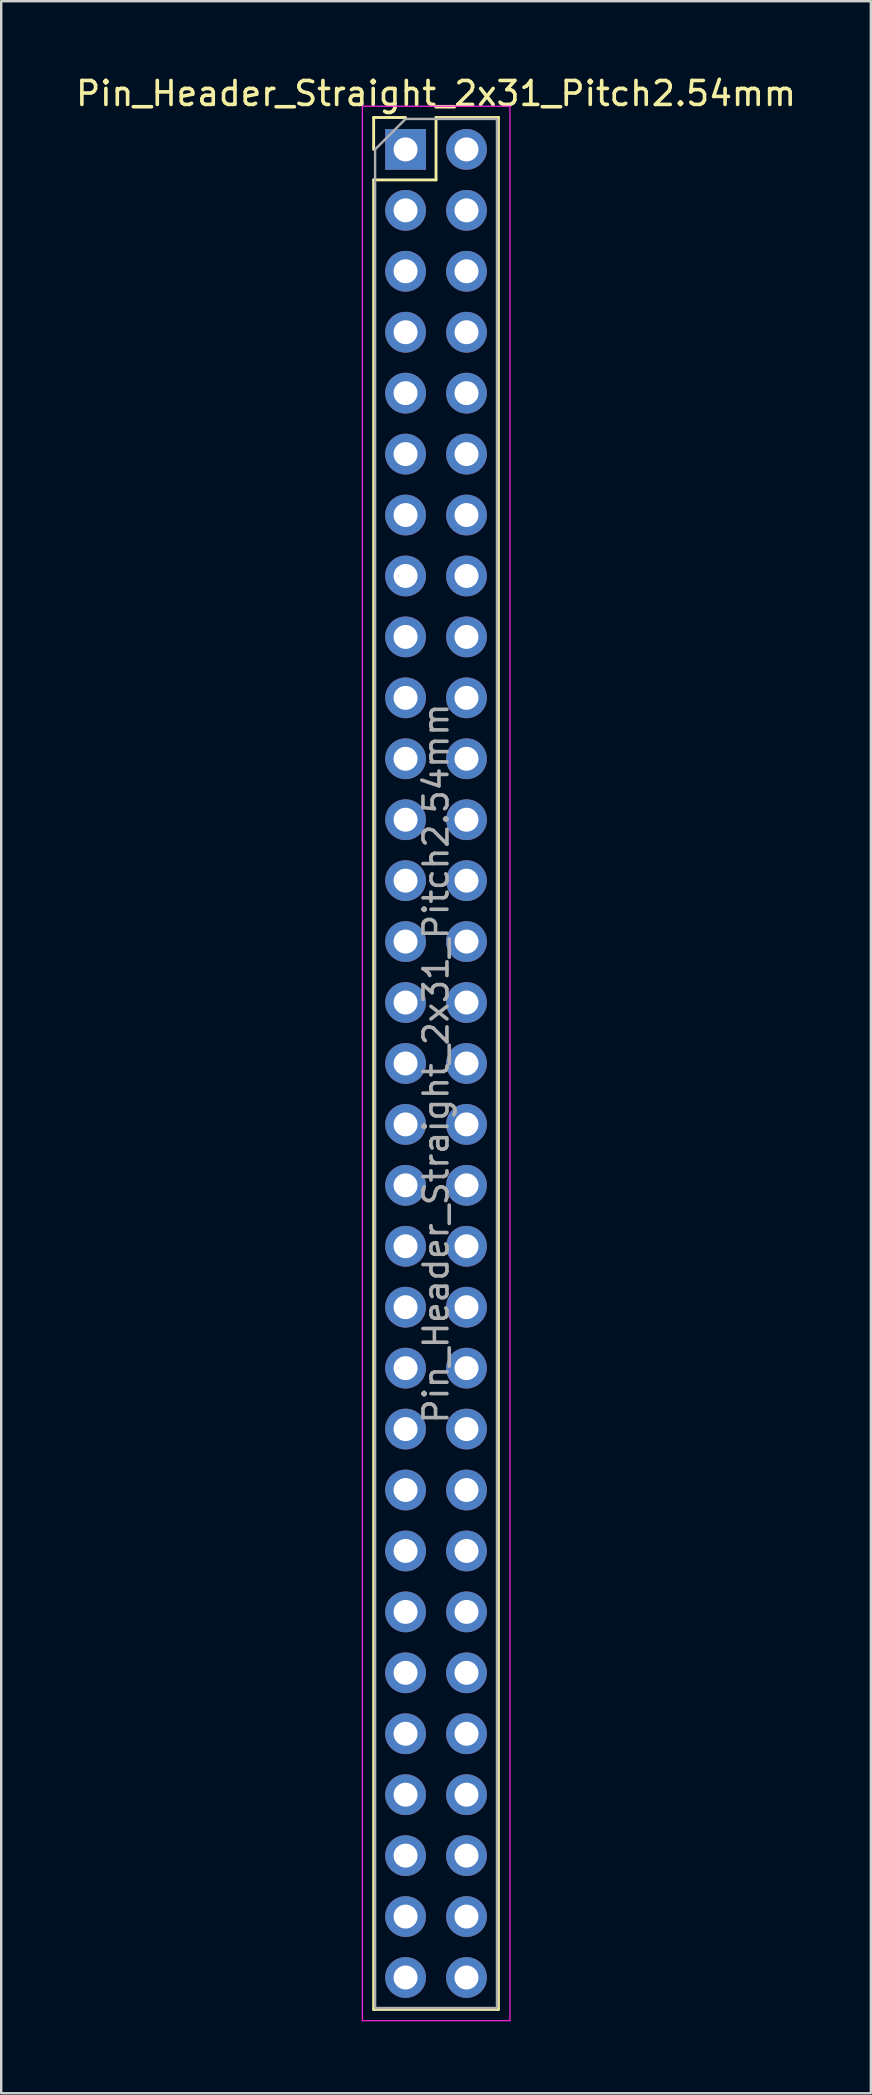
<source format=kicad_pcb>
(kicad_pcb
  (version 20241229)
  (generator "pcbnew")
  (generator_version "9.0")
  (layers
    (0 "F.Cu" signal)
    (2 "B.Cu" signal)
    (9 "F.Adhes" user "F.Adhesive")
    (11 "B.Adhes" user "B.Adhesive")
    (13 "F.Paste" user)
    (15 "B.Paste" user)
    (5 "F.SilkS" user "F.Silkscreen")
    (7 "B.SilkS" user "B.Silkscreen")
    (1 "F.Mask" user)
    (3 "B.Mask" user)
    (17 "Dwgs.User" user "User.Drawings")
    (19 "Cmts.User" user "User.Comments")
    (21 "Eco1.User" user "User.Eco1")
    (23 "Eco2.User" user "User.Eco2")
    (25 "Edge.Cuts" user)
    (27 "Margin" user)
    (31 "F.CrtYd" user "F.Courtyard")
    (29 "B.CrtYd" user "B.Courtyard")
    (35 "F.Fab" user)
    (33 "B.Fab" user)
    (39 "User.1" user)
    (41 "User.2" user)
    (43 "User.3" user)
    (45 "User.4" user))
  (footprint "Pin_Header_Straight_2x31_Pitch2.54mm"
    (layer "F.Cu")
    (at 13.855 3.178)
    (property "Reference" "Pin_Header_Straight_2x31_Pitch2.54mm" (at 1.27 -2.33 0) (layer "F.SilkS") (effects (font (size 1 1) (thickness 0.15))))
    (attr through_hole)
    (fp_line (start -1.33 -1.33) (end 0 -1.33) (stroke (width 0.12) (type solid)) (layer "F.SilkS"))
    (fp_line (start -1.33 0) (end -1.33 -1.33) (stroke (width 0.12) (type solid)) (layer "F.SilkS"))
    (fp_line (start -1.33 1.27) (end -1.33 77.53) (stroke (width 0.12) (type solid)) (layer "F.SilkS"))
    (fp_line (start -1.33 1.27) (end 1.27 1.27) (stroke (width 0.12) (type solid)) (layer "F.SilkS"))
    (fp_line (start -1.33 77.53) (end 3.87 77.53) (stroke (width 0.12) (type solid)) (layer "F.SilkS"))
    (fp_line (start 1.27 -1.33) (end 3.87 -1.33) (stroke (width 0.12) (type solid)) (layer "F.SilkS"))
    (fp_line (start 1.27 1.27) (end 1.27 -1.33) (stroke (width 0.12) (type solid)) (layer "F.SilkS"))
    (fp_line (start 3.87 -1.33) (end 3.87 77.53) (stroke (width 0.12) (type solid)) (layer "F.SilkS"))
    (fp_line (start -1.8 -1.8) (end -1.8 78) (stroke (width 0.05) (type solid)) (layer "F.CrtYd"))
    (fp_line (start -1.8 78) (end 4.35 78) (stroke (width 0.05) (type solid)) (layer "F.CrtYd"))
    (fp_line (start 4.35 -1.8) (end -1.8 -1.8) (stroke (width 0.05) (type solid)) (layer "F.CrtYd"))
    (fp_line (start 4.35 78) (end 4.35 -1.8) (stroke (width 0.05) (type solid)) (layer "F.CrtYd"))
    (fp_line (start -1.27 0) (end 0 -1.27) (stroke (width 0.1) (type solid)) (layer "F.Fab"))
    (fp_line (start -1.27 77.47) (end -1.27 0) (stroke (width 0.1) (type solid)) (layer "F.Fab"))
    (fp_line (start 0 -1.27) (end 3.81 -1.27) (stroke (width 0.1) (type solid)) (layer "F.Fab"))
    (fp_line (start 3.81 -1.27) (end 3.81 77.47) (stroke (width 0.1) (type solid)) (layer "F.Fab"))
    (fp_line (start 3.81 77.47) (end -1.27 77.47) (stroke (width 0.1) (type solid)) (layer "F.Fab"))
    (fp_text user "${REFERENCE}" (at 1.27 38.1 90) (layer "F.Fab") (effects (font (size 1 1) (thickness 0.15))))
    (pad "1" thru_hole rect (at 0 0) (size 1.7 1.7) (drill 1) (layers "*.Cu" "*.Mask"))
    (pad "2" thru_hole oval (at 2.54 0) (size 1.7 1.7) (drill 1) (layers "*.Cu" "*.Mask"))
    (pad "3" thru_hole oval (at 0 2.54) (size 1.7 1.7) (drill 1) (layers "*.Cu" "*.Mask"))
    (pad "4" thru_hole oval (at 2.54 2.54) (size 1.7 1.7) (drill 1) (layers "*.Cu" "*.Mask"))
    (pad "5" thru_hole oval (at 0 5.08) (size 1.7 1.7) (drill 1) (layers "*.Cu" "*.Mask"))
    (pad "6" thru_hole oval (at 2.54 5.08) (size 1.7 1.7) (drill 1) (layers "*.Cu" "*.Mask"))
    (pad "7" thru_hole oval (at 0 7.62) (size 1.7 1.7) (drill 1) (layers "*.Cu" "*.Mask"))
    (pad "8" thru_hole oval (at 2.54 7.62) (size 1.7 1.7) (drill 1) (layers "*.Cu" "*.Mask"))
    (pad "9" thru_hole oval (at 0 10.16) (size 1.7 1.7) (drill 1) (layers "*.Cu" "*.Mask"))
    (pad "10" thru_hole oval (at 2.54 10.16) (size 1.7 1.7) (drill 1) (layers "*.Cu" "*.Mask"))
    (pad "11" thru_hole oval (at 0 12.7) (size 1.7 1.7) (drill 1) (layers "*.Cu" "*.Mask"))
    (pad "12" thru_hole oval (at 2.54 12.7) (size 1.7 1.7) (drill 1) (layers "*.Cu" "*.Mask"))
    (pad "13" thru_hole oval (at 0 15.24) (size 1.7 1.7) (drill 1) (layers "*.Cu" "*.Mask"))
    (pad "14" thru_hole oval (at 2.54 15.24) (size 1.7 1.7) (drill 1) (layers "*.Cu" "*.Mask"))
    (pad "15" thru_hole oval (at 0 17.78) (size 1.7 1.7) (drill 1) (layers "*.Cu" "*.Mask"))
    (pad "16" thru_hole oval (at 2.54 17.78) (size 1.7 1.7) (drill 1) (layers "*.Cu" "*.Mask"))
    (pad "17" thru_hole oval (at 0 20.32) (size 1.7 1.7) (drill 1) (layers "*.Cu" "*.Mask"))
    (pad "18" thru_hole oval (at 2.54 20.32) (size 1.7 1.7) (drill 1) (layers "*.Cu" "*.Mask"))
    (pad "19" thru_hole oval (at 0 22.86) (size 1.7 1.7) (drill 1) (layers "*.Cu" "*.Mask"))
    (pad "20" thru_hole oval (at 2.54 22.86) (size 1.7 1.7) (drill 1) (layers "*.Cu" "*.Mask"))
    (pad "21" thru_hole oval (at 0 25.4) (size 1.7 1.7) (drill 1) (layers "*.Cu" "*.Mask"))
    (pad "22" thru_hole oval (at 2.54 25.4) (size 1.7 1.7) (drill 1) (layers "*.Cu" "*.Mask"))
    (pad "23" thru_hole oval (at 0 27.94) (size 1.7 1.7) (drill 1) (layers "*.Cu" "*.Mask"))
    (pad "24" thru_hole oval (at 2.54 27.94) (size 1.7 1.7) (drill 1) (layers "*.Cu" "*.Mask"))
    (pad "25" thru_hole oval (at 0 30.48) (size 1.7 1.7) (drill 1) (layers "*.Cu" "*.Mask"))
    (pad "26" thru_hole oval (at 2.54 30.48) (size 1.7 1.7) (drill 1) (layers "*.Cu" "*.Mask"))
    (pad "27" thru_hole oval (at 0 33.02) (size 1.7 1.7) (drill 1) (layers "*.Cu" "*.Mask"))
    (pad "28" thru_hole oval (at 2.54 33.02) (size 1.7 1.7) (drill 1) (layers "*.Cu" "*.Mask"))
    (pad "29" thru_hole oval (at 0 35.56) (size 1.7 1.7) (drill 1) (layers "*.Cu" "*.Mask"))
    (pad "30" thru_hole oval (at 2.54 35.56) (size 1.7 1.7) (drill 1) (layers "*.Cu" "*.Mask"))
    (pad "31" thru_hole oval (at 0 38.1) (size 1.7 1.7) (drill 1) (layers "*.Cu" "*.Mask"))
    (pad "32" thru_hole oval (at 2.54 38.1) (size 1.7 1.7) (drill 1) (layers "*.Cu" "*.Mask"))
    (pad "33" thru_hole oval (at 0 40.64) (size 1.7 1.7) (drill 1) (layers "*.Cu" "*.Mask"))
    (pad "34" thru_hole oval (at 2.54 40.64) (size 1.7 1.7) (drill 1) (layers "*.Cu" "*.Mask"))
    (pad "35" thru_hole oval (at 0 43.18) (size 1.7 1.7) (drill 1) (layers "*.Cu" "*.Mask"))
    (pad "36" thru_hole oval (at 2.54 43.18) (size 1.7 1.7) (drill 1) (layers "*.Cu" "*.Mask"))
    (pad "37" thru_hole oval (at 0 45.72) (size 1.7 1.7) (drill 1) (layers "*.Cu" "*.Mask"))
    (pad "38" thru_hole oval (at 2.54 45.72) (size 1.7 1.7) (drill 1) (layers "*.Cu" "*.Mask"))
    (pad "39" thru_hole oval (at 0 48.26) (size 1.7 1.7) (drill 1) (layers "*.Cu" "*.Mask"))
    (pad "40" thru_hole oval (at 2.54 48.26) (size 1.7 1.7) (drill 1) (layers "*.Cu" "*.Mask"))
    (pad "41" thru_hole oval (at 0 50.8) (size 1.7 1.7) (drill 1) (layers "*.Cu" "*.Mask"))
    (pad "42" thru_hole oval (at 2.54 50.8) (size 1.7 1.7) (drill 1) (layers "*.Cu" "*.Mask"))
    (pad "43" thru_hole oval (at 0 53.34) (size 1.7 1.7) (drill 1) (layers "*.Cu" "*.Mask"))
    (pad "44" thru_hole oval (at 2.54 53.34) (size 1.7 1.7) (drill 1) (layers "*.Cu" "*.Mask"))
    (pad "45" thru_hole oval (at 0 55.88) (size 1.7 1.7) (drill 1) (layers "*.Cu" "*.Mask"))
    (pad "46" thru_hole oval (at 2.54 55.88) (size 1.7 1.7) (drill 1) (layers "*.Cu" "*.Mask"))
    (pad "47" thru_hole oval (at 0 58.42) (size 1.7 1.7) (drill 1) (layers "*.Cu" "*.Mask"))
    (pad "48" thru_hole oval (at 2.54 58.42) (size 1.7 1.7) (drill 1) (layers "*.Cu" "*.Mask"))
    (pad "49" thru_hole oval (at 0 60.96) (size 1.7 1.7) (drill 1) (layers "*.Cu" "*.Mask"))
    (pad "50" thru_hole oval (at 2.54 60.96) (size 1.7 1.7) (drill 1) (layers "*.Cu" "*.Mask"))
    (pad "51" thru_hole oval (at 0 63.5) (size 1.7 1.7) (drill 1) (layers "*.Cu" "*.Mask"))
    (pad "52" thru_hole oval (at 2.54 63.5) (size 1.7 1.7) (drill 1) (layers "*.Cu" "*.Mask"))
    (pad "53" thru_hole oval (at 0 66.04) (size 1.7 1.7) (drill 1) (layers "*.Cu" "*.Mask"))
    (pad "54" thru_hole oval (at 2.54 66.04) (size 1.7 1.7) (drill 1) (layers "*.Cu" "*.Mask"))
    (pad "55" thru_hole oval (at 0 68.58) (size 1.7 1.7) (drill 1) (layers "*.Cu" "*.Mask"))
    (pad "56" thru_hole oval (at 2.54 68.58) (size 1.7 1.7) (drill 1) (layers "*.Cu" "*.Mask"))
    (pad "57" thru_hole oval (at 0 71.12) (size 1.7 1.7) (drill 1) (layers "*.Cu" "*.Mask"))
    (pad "58" thru_hole oval (at 2.54 71.12) (size 1.7 1.7) (drill 1) (layers "*.Cu" "*.Mask"))
    (pad "59" thru_hole oval (at 0 73.66) (size 1.7 1.7) (drill 1) (layers "*.Cu" "*.Mask"))
    (pad "60" thru_hole oval (at 2.54 73.66) (size 1.7 1.7) (drill 1) (layers "*.Cu" "*.Mask"))
    (pad "61" thru_hole oval (at 0 76.2) (size 1.7 1.7) (drill 1) (layers "*.Cu" "*.Mask"))
    (pad "62" thru_hole oval (at 2.54 76.2) (size 1.7 1.7) (drill 1) (layers "*.Cu" "*.Mask")))
  (gr_rect
    (start -3 -3)
    (end 33.25 84.203)
    (stroke (width 0.1) (type default))
    (fill no)
    (layer "Edge.Cuts")))
</source>
